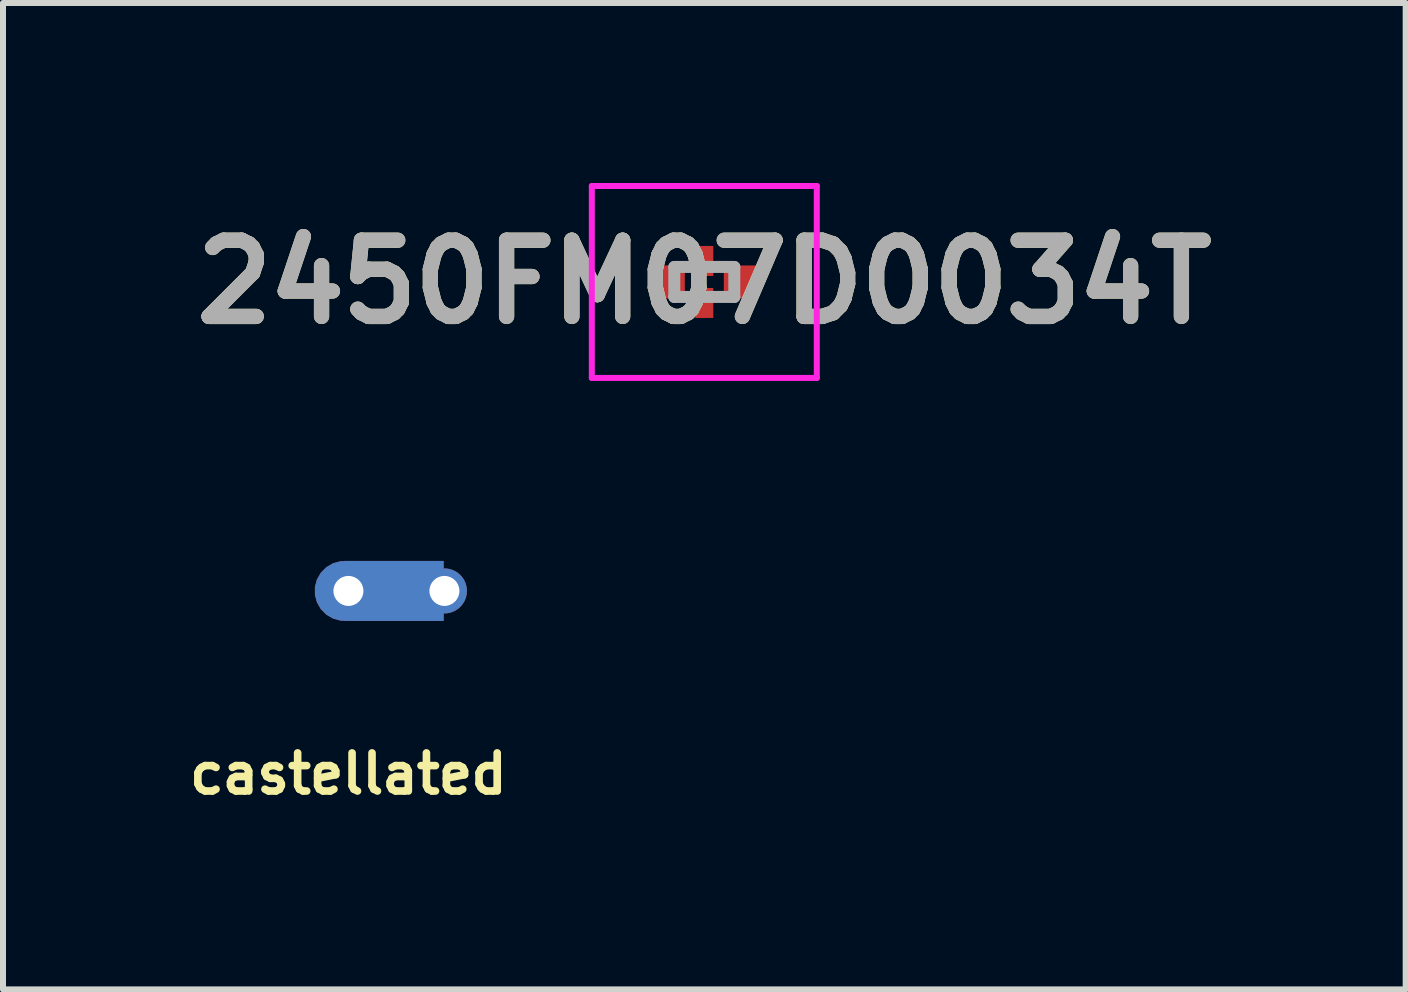
<source format=kicad_pcb>
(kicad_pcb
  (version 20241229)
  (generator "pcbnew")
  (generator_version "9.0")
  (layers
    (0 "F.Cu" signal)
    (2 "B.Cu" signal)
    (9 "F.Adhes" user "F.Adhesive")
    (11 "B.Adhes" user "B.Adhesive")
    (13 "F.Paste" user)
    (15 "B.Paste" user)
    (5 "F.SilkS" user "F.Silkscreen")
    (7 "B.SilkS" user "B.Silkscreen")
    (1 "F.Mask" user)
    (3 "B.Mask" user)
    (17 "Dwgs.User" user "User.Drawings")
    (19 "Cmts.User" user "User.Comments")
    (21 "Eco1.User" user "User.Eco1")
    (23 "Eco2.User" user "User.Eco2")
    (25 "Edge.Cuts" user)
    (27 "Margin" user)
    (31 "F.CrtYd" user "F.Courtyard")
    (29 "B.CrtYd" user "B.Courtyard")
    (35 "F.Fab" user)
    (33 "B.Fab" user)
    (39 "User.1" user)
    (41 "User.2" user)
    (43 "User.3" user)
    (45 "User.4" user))
  (footprint "2450FM07D0034T"
    (layer "F.Cu")
    (at 8.69 1.65)
    (property "Reference" "2450FM07D0034T" (at 0 0 0) (layer "F.SilkS") (effects (font (size 1.27 1.27) (thickness 0.254))))
    (attr smd)
    (fp_line (start -1.875 -1.6) (end 1.875 -1.6) (stroke (width 0.1) (type solid)) (layer "F.CrtYd"))
    (fp_line (start -1.875 1.6) (end -1.875 -1.6) (stroke (width 0.1) (type solid)) (layer "F.CrtYd"))
    (fp_line (start 1.875 -1.6) (end 1.875 1.6) (stroke (width 0.1) (type solid)) (layer "F.CrtYd"))
    (fp_line (start 1.875 1.6) (end -1.875 1.6) (stroke (width 0.1) (type solid)) (layer "F.CrtYd"))
    (fp_line (start -0.5 -0.25) (end 0.5 -0.25) (stroke (width 0.2) (type solid)) (layer "F.Fab"))
    (fp_line (start -0.5 0.25) (end -0.5 -0.25) (stroke (width 0.2) (type solid)) (layer "F.Fab"))
    (fp_line (start 0.5 -0.25) (end 0.5 0.25) (stroke (width 0.2) (type solid)) (layer "F.Fab"))
    (fp_line (start 0.5 0.25) (end -0.5 0.25) (stroke (width 0.2) (type solid)) (layer "F.Fab"))
    (fp_text user "${REFERENCE}" (at 0 0 0) (layer "F.Fab") (effects (font (size 1.27 1.27) (thickness 0.254))))
    (pad "1" smd rect (at -0.6 0 90) (size 0.55 0.55) (layers "F.Cu" "F.Mask" "F.Paste"))
    (pad "2" smd rect (at 0 0.35) (size 0.3 0.5) (layers "F.Cu" "F.Mask" "F.Paste"))
    (pad "3" smd rect (at 0.6 0 90) (size 0.55 0.55) (layers "F.Cu" "F.Mask" "F.Paste"))
    (pad "4" smd rect (at 0 -0.35) (size 0.3 0.5) (layers "F.Cu" "F.Mask" "F.Paste")))
  (footprint "castellated"
    (layer "F.Cu")
    (at 2.758 6.8)
    (property "Reference" "castellated" (at 0 3.048 0) (layer "F.SilkS") (effects (font (size 0.635 0.635) (thickness 0.127))))
    (attr through_hole)
    (pad "1" thru_hole circle (at 0 0) (size 0.75 0.75) (drill 0.5) (layers "*.Cu" "*.Mask"))
    (pad "1" smd custom (at 0.762 0) (size 1.65 1) (layers "F.Cu" "F.Mask" "F.Paste") (options (anchor rect)) (primitives (gr_circle (center -0.825 0) (end -0.325 0) (width 0) (fill yes))))
    (pad "1" smd custom (at 0.762 0) (size 1.65 1) (layers "*.Mask" "B.Cu") (options (anchor rect)) (primitives (gr_circle (center -0.825 0) (end -0.325 0) (width 0) (fill yes))))
    (pad "1" thru_hole circle (at 1.6 0) (size 0.75 0.75) (drill 0.5) (layers "*.Cu" "*.Mask")))
  (gr_rect
    (start -3 -3)
    (end 20.381 13.442)
    (stroke (width 0.1) (type default))
    (fill no)
    (layer "Edge.Cuts")))
</source>
